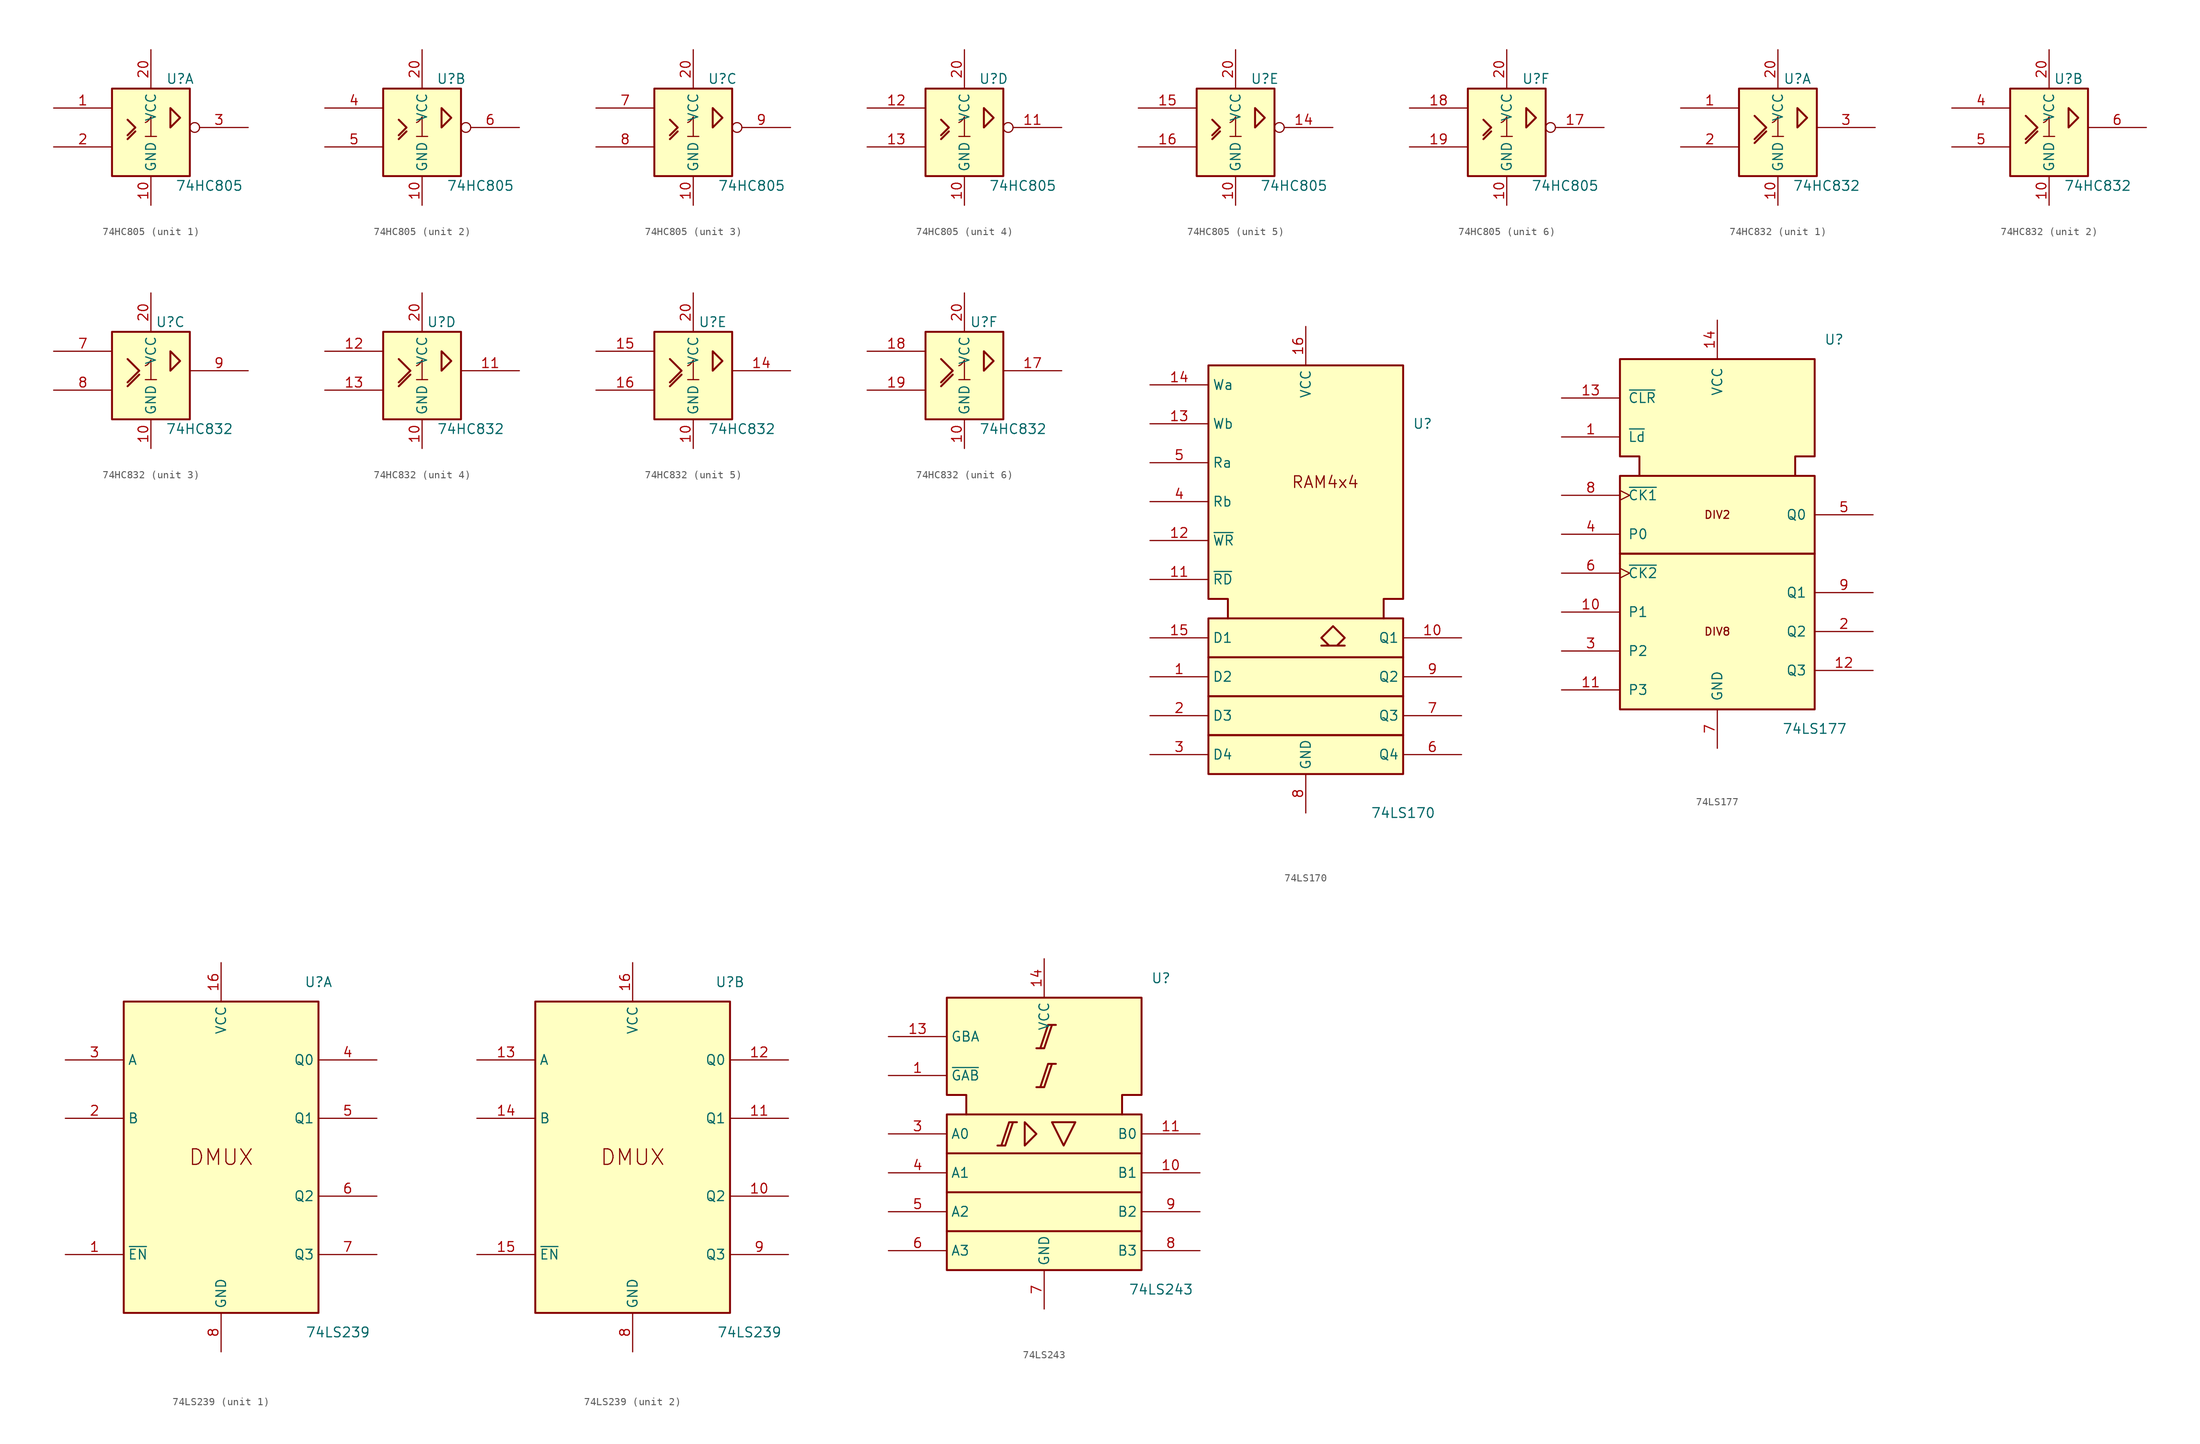
<source format=kicad_sym>
(kicad_symbol_lib
  (version 20241209)
  (generator "kicad_symbol_editor")
  (generator_version "9.0")
  (symbol "74HC805"
    (property "Reference" "U"
      (at 3.81 6.35 0)
      (effects (font (size 1.27 1.27))))
    (property "Value" "74HC805"
      (at 7.62 -7.62 0)
      (effects (font (size 1.27 1.27))))
    (symbol "74HC805_0_1"
      (rectangle (start -5.08 5.08) (end 5.08 -6.35) (stroke (width 0.254) (type default)) (fill (type background)))
      (polyline (pts (xy -3.048 1.016) (xy -2.032 0) (xy -3.048 -1.016) (xy -3.048 -1.016)) (stroke (width 0.254) (type default)) (fill (type background)))
      (polyline (pts (xy -3.048 -1.524) (xy -2.032 -0.508) (xy -2.032 -0.508)) (stroke (width 0.254) (type default)) (fill (type background)))
      (polyline (pts (xy 2.54 0) (xy 2.54 2.54) (xy 3.81 1.27) (xy 2.54 0) (xy 2.54 0)) (stroke (width 0.254) (type default)) (fill (type background)))
      (text "1" (at 0 0 0) (effects (font (size 2.54 2.54))))
      (pin power_in line (at 0 10.16 270) (length 5.08) (name "VCC" (effects (font (size 1.27 1.27)))) (number "20" (effects (font (size 1.27 1.27)))))
      (pin power_in line (at 0 -10.16 90) (length 3.81) (name "GND" (effects (font (size 1.27 1.27)))) (number "10" (effects (font (size 1.27 1.27))))))
    (symbol "74HC805_1_1"
      (pin input line (at -12.7 2.54 0) (length 7.62) (name "~" (effects (font (size 1.27 1.27)))) (number "1" (effects (font (size 1.27 1.27)))))
      (pin input line (at -12.7 -2.54 0) (length 7.62) (name "~" (effects (font (size 1.27 1.27)))) (number "2" (effects (font (size 1.27 1.27)))))
      (pin output inverted (at 12.7 0 180) (length 7.62) (name "~" (effects (font (size 1.27 1.27)))) (number "3" (effects (font (size 1.27 1.27))))))
    (symbol "74HC805_2_1"
      (pin input line (at -12.7 2.54 0) (length 7.62) (name "~" (effects (font (size 1.27 1.27)))) (number "4" (effects (font (size 1.27 1.27)))))
      (pin input line (at -12.7 -2.54 0) (length 7.62) (name "~" (effects (font (size 1.27 1.27)))) (number "5" (effects (font (size 1.27 1.27)))))
      (pin output inverted (at 12.7 0 180) (length 7.62) (name "~" (effects (font (size 1.27 1.27)))) (number "6" (effects (font (size 1.27 1.27))))))
    (symbol "74HC805_3_1"
      (pin input line (at -12.7 2.54 0) (length 7.62) (name "~" (effects (font (size 1.27 1.27)))) (number "7" (effects (font (size 1.27 1.27)))))
      (pin input line (at -12.7 -2.54 0) (length 7.62) (name "~" (effects (font (size 1.27 1.27)))) (number "8" (effects (font (size 1.27 1.27)))))
      (pin output inverted (at 12.7 0 180) (length 7.62) (name "~" (effects (font (size 1.27 1.27)))) (number "9" (effects (font (size 1.27 1.27))))))
    (symbol "74HC805_4_1"
      (pin input line (at -12.7 2.54 0) (length 7.62) (name "~" (effects (font (size 1.27 1.27)))) (number "12" (effects (font (size 1.27 1.27)))))
      (pin input line (at -12.7 -2.54 0) (length 7.62) (name "~" (effects (font (size 1.27 1.27)))) (number "13" (effects (font (size 1.27 1.27)))))
      (pin output inverted (at 12.7 0 180) (length 7.62) (name "~" (effects (font (size 1.27 1.27)))) (number "11" (effects (font (size 1.27 1.27))))))
    (symbol "74HC805_5_1"
      (pin input line (at -12.7 2.54 0) (length 7.62) (name "~" (effects (font (size 1.27 1.27)))) (number "15" (effects (font (size 1.27 1.27)))))
      (pin input line (at -12.7 -2.54 0) (length 7.62) (name "~" (effects (font (size 1.27 1.27)))) (number "16" (effects (font (size 1.27 1.27)))))
      (pin output inverted (at 12.7 0 180) (length 7.62) (name "~" (effects (font (size 1.27 1.27)))) (number "14" (effects (font (size 1.27 1.27))))))
    (symbol "74HC805_6_1"
      (pin input line (at -12.7 2.54 0) (length 7.62) (name "~" (effects (font (size 1.27 1.27)))) (number "18" (effects (font (size 1.27 1.27)))))
      (pin input line (at -12.7 -2.54 0) (length 7.62) (name "~" (effects (font (size 1.27 1.27)))) (number "19" (effects (font (size 1.27 1.27)))))
      (pin output inverted (at 12.7 0 180) (length 7.62) (name "~" (effects (font (size 1.27 1.27)))) (number "17" (effects (font (size 1.27 1.27)))))))
  (symbol "74HC832"
    (property "Reference" "U"
      (at 2.54 6.35 0)
      (effects (font (size 1.27 1.27))))
    (property "Value" "74HC832"
      (at 6.35 -7.62 0)
      (effects (font (size 1.27 1.27))))
    (symbol "74HC832_0_1"
      (rectangle (start -5.08 5.08) (end 5.08 -6.35) (stroke (width 0.254) (type default)) (fill (type background)))
      (polyline (pts (xy -3.048 1.524) (xy -1.524 0) (xy -3.048 -1.524) (xy -3.048 -1.524)) (stroke (width 0.254) (type default)) (fill (type background)))
      (polyline (pts (xy -3.048 -2.032) (xy -1.524 -0.508) (xy -1.524 -0.508)) (stroke (width 0.254) (type default)) (fill (type background)))
      (polyline (pts (xy 2.54 0) (xy 2.54 2.54) (xy 3.81 1.27) (xy 2.54 0) (xy 2.54 0)) (stroke (width 0.254) (type default)) (fill (type background)))
      (text "1" (at 0 0 0) (effects (font (size 2.54 2.54))))
      (pin power_in line (at 0 10.16 270) (length 5.08) (name "VCC" (effects (font (size 1.27 1.27)))) (number "20" (effects (font (size 1.27 1.27)))))
      (pin power_in line (at 0 -10.16 90) (length 3.81) (name "GND" (effects (font (size 1.27 1.27)))) (number "10" (effects (font (size 1.27 1.27))))))
    (symbol "74HC832_1_1"
      (pin input line (at -12.7 2.54 0) (length 7.62) (name "~" (effects (font (size 1.27 1.27)))) (number "1" (effects (font (size 1.27 1.27)))))
      (pin input line (at -12.7 -2.54 0) (length 7.62) (name "~" (effects (font (size 1.27 1.27)))) (number "2" (effects (font (size 1.27 1.27)))))
      (pin output line (at 12.7 0 180) (length 7.62) (name "~" (effects (font (size 1.27 1.27)))) (number "3" (effects (font (size 1.27 1.27))))))
    (symbol "74HC832_2_1"
      (pin input line (at -12.7 2.54 0) (length 7.62) (name "~" (effects (font (size 1.27 1.27)))) (number "4" (effects (font (size 1.27 1.27)))))
      (pin input line (at -12.7 -2.54 0) (length 7.62) (name "~" (effects (font (size 1.27 1.27)))) (number "5" (effects (font (size 1.27 1.27)))))
      (pin output line (at 12.7 0 180) (length 7.62) (name "~" (effects (font (size 1.27 1.27)))) (number "6" (effects (font (size 1.27 1.27))))))
    (symbol "74HC832_3_1"
      (pin input line (at -12.7 2.54 0) (length 7.62) (name "~" (effects (font (size 1.27 1.27)))) (number "7" (effects (font (size 1.27 1.27)))))
      (pin input line (at -12.7 -2.54 0) (length 7.62) (name "~" (effects (font (size 1.27 1.27)))) (number "8" (effects (font (size 1.27 1.27)))))
      (pin output line (at 12.7 0 180) (length 7.62) (name "~" (effects (font (size 1.27 1.27)))) (number "9" (effects (font (size 1.27 1.27))))))
    (symbol "74HC832_4_1"
      (pin input line (at -12.7 2.54 0) (length 7.62) (name "~" (effects (font (size 1.27 1.27)))) (number "12" (effects (font (size 1.27 1.27)))))
      (pin input line (at -12.7 -2.54 0) (length 7.62) (name "~" (effects (font (size 1.27 1.27)))) (number "13" (effects (font (size 1.27 1.27)))))
      (pin output line (at 12.7 0 180) (length 7.62) (name "~" (effects (font (size 1.27 1.27)))) (number "11" (effects (font (size 1.27 1.27))))))
    (symbol "74HC832_5_1"
      (pin input line (at -12.7 2.54 0) (length 7.62) (name "~" (effects (font (size 1.27 1.27)))) (number "15" (effects (font (size 1.27 1.27)))))
      (pin input line (at -12.7 -2.54 0) (length 7.62) (name "~" (effects (font (size 1.27 1.27)))) (number "16" (effects (font (size 1.27 1.27)))))
      (pin output line (at 12.7 0 180) (length 7.62) (name "~" (effects (font (size 1.27 1.27)))) (number "14" (effects (font (size 1.27 1.27))))))
    (symbol "74HC832_6_1"
      (pin input line (at -12.7 2.54 0) (length 7.62) (name "~" (effects (font (size 1.27 1.27)))) (number "18" (effects (font (size 1.27 1.27)))))
      (pin input line (at -12.7 -2.54 0) (length 7.62) (name "~" (effects (font (size 1.27 1.27)))) (number "19" (effects (font (size 1.27 1.27)))))
      (pin output line (at 12.7 0 180) (length 7.62) (name "~" (effects (font (size 1.27 1.27)))) (number "17" (effects (font (size 1.27 1.27)))))))
  (symbol "74LS170"
    (property "Reference" "U"
      (at 15.24 20.32 0)
      (effects (font (size 1.27 1.27))))
    (property "Value" "74LS170"
      (at 12.7 -30.48 0)
      (effects (font (size 1.27 1.27))))
    (symbol "74LS170_0_0"
      (rectangle (start -12.7 -5.08) (end 12.7 -10.16) (stroke (width 0.254) (type default)) (fill (type background)))
      (rectangle (start -12.7 -10.16) (end 12.7 -15.24) (stroke (width 0.254) (type default)) (fill (type background)))
      (rectangle (start -12.7 -15.24) (end 12.7 -20.32) (stroke (width 0.254) (type default)) (fill (type background)))
      (rectangle (start -12.7 -20.32) (end 12.7 -25.4) (stroke (width 0.254) (type default)) (fill (type background)))
      (polyline (pts (xy -10.16 -5.08) (xy -10.16 -2.54) (xy -12.7 -2.54) (xy -12.7 27.94) (xy 12.7 27.94) (xy 12.7 -2.54) (xy 10.16 -2.54) (xy 10.16 -5.08) (xy 10.16 -5.08)) (stroke (width 0.254) (type default)) (fill (type background)))
      (polyline (pts (xy 3.556 -6.096) (xy 5.08 -7.62) (xy 4.064 -8.636) (xy 5.08 -8.636) (xy 2.032 -8.636) (xy 3.048 -8.636) (xy 2.032 -7.62) (xy 3.556 -6.096) (xy 3.556 -6.096)) (stroke (width 0.254) (type default)) (fill (type background)))
      (text "RAM4x4" (at 2.54 12.7 0) (effects (font (size 1.524 1.524))))
      (pin power_in line (at 0 33.02 270) (length 5.08) (name "VCC" (effects (font (size 1.27 1.27)))) (number "16" (effects (font (size 1.27 1.27)))))
      (pin power_in line (at 0 -30.48 90) (length 5.08) (name "GND" (effects (font (size 1.27 1.27)))) (number "8" (effects (font (size 1.27 1.27))))))
    (symbol "74LS170_1_1"
      (pin input line (at -20.32 25.4 0) (length 7.62) (name "Wa" (effects (font (size 1.27 1.27)))) (number "14" (effects (font (size 1.27 1.27)))))
      (pin input line (at -20.32 20.32 0) (length 7.62) (name "Wb" (effects (font (size 1.27 1.27)))) (number "13" (effects (font (size 1.27 1.27)))))
      (pin input line (at -20.32 15.24 0) (length 7.62) (name "Ra" (effects (font (size 1.27 1.27)))) (number "5" (effects (font (size 1.27 1.27)))))
      (pin input line (at -20.32 10.16 0) (length 7.62) (name "Rb" (effects (font (size 1.27 1.27)))) (number "4" (effects (font (size 1.27 1.27)))))
      (pin input line (at -20.32 5.08 0) (length 7.62) (name "~{WR}" (effects (font (size 1.27 1.27)))) (number "12" (effects (font (size 1.27 1.27)))))
      (pin input line (at -20.32 0 0) (length 7.62) (name "~{RD}" (effects (font (size 1.27 1.27)))) (number "11" (effects (font (size 1.27 1.27)))))
      (pin input line (at -20.32 -7.62 0) (length 7.62) (name "D1" (effects (font (size 1.27 1.27)))) (number "15" (effects (font (size 1.27 1.27)))))
      (pin input line (at -20.32 -12.7 0) (length 7.62) (name "D2" (effects (font (size 1.27 1.27)))) (number "1" (effects (font (size 1.27 1.27)))))
      (pin input line (at -20.32 -17.78 0) (length 7.62) (name "D3" (effects (font (size 1.27 1.27)))) (number "2" (effects (font (size 1.27 1.27)))))
      (pin input line (at -20.32 -22.86 0) (length 7.62) (name "D4" (effects (font (size 1.27 1.27)))) (number "3" (effects (font (size 1.27 1.27)))))
      (pin tri_state line (at 20.32 -7.62 180) (length 7.62) (name "Q1" (effects (font (size 1.27 1.27)))) (number "10" (effects (font (size 1.27 1.27)))))
      (pin tri_state line (at 20.32 -12.7 180) (length 7.62) (name "Q2" (effects (font (size 1.27 1.27)))) (number "9" (effects (font (size 1.27 1.27)))))
      (pin tri_state line (at 20.32 -17.78 180) (length 7.62) (name "Q3" (effects (font (size 1.27 1.27)))) (number "7" (effects (font (size 1.27 1.27)))))
      (pin tri_state line (at 20.32 -22.86 180) (length 7.62) (name "Q4" (effects (font (size 1.27 1.27)))) (number "6" (effects (font (size 1.27 1.27)))))))
  (symbol "74LS177"
    (pin_names
      (offset 1.016))
    (property "Reference" "U"
      (at 15.24 17.78 0)
      (effects (font (size 1.27 1.27))))
    (property "Value" "74LS177"
      (at 12.7 -33.02 0)
      (effects (font (size 1.27 1.27))))
    (symbol "74LS177_0_0"
      (rectangle (start -12.7 0) (end 12.7 -10.16) (stroke (width 0.254) (type default)) (fill (type background)))
      (rectangle (start -12.7 -10.16) (end 12.7 -30.48) (stroke (width 0.254) (type default)) (fill (type background)))
      (polyline (pts (xy -10.16 0) (xy -10.16 2.54) (xy -12.7 2.54) (xy -12.7 15.24) (xy 12.7 15.24) (xy 12.7 2.54) (xy 10.16 2.54) (xy 10.16 0) (xy 10.16 0)) (stroke (width 0.254) (type default)) (fill (type background)))
      (text "DIV2" (at 0 -5.08 0) (effects (font (size 1.016 1.016))))
      (text "DIV8" (at 0 -20.32 0) (effects (font (size 1.016 1.016))))
      (pin power_in line (at 0 20.32 270) (length 5.08) (name "VCC" (effects (font (size 1.27 1.27)))) (number "14" (effects (font (size 1.27 1.27)))))
      (pin power_in line (at 0 -35.56 90) (length 5.08) (name "GND" (effects (font (size 1.27 1.27)))) (number "7" (effects (font (size 1.27 1.27))))))
    (symbol "74LS177_1_1"
      (pin input line (at -20.32 10.16 0) (length 7.62) (name "~{CLR}" (effects (font (size 1.27 1.27)))) (number "13" (effects (font (size 1.27 1.27)))))
      (pin input line (at -20.32 5.08 0) (length 7.62) (name "~{Ld}" (effects (font (size 1.27 1.27)))) (number "1" (effects (font (size 1.27 1.27)))))
      (pin input clock (at -20.32 -2.54 0) (length 7.62) (name "~{CK1}" (effects (font (size 1.27 1.27)))) (number "8" (effects (font (size 1.27 1.27)))))
      (pin input line (at -20.32 -7.62 0) (length 7.62) (name "P0" (effects (font (size 1.27 1.27)))) (number "4" (effects (font (size 1.27 1.27)))))
      (pin input clock (at -20.32 -12.7 0) (length 7.62) (name "~{CK2}" (effects (font (size 1.27 1.27)))) (number "6" (effects (font (size 1.27 1.27)))))
      (pin input line (at -20.32 -17.78 0) (length 7.62) (name "P1" (effects (font (size 1.27 1.27)))) (number "10" (effects (font (size 1.27 1.27)))))
      (pin input line (at -20.32 -22.86 0) (length 7.62) (name "P2" (effects (font (size 1.27 1.27)))) (number "3" (effects (font (size 1.27 1.27)))))
      (pin input line (at -20.32 -27.94 0) (length 7.62) (name "P3" (effects (font (size 1.27 1.27)))) (number "11" (effects (font (size 1.27 1.27)))))
      (pin output line (at 20.32 -5.08 180) (length 7.62) (name "Q0" (effects (font (size 1.27 1.27)))) (number "5" (effects (font (size 1.27 1.27)))))
      (pin output line (at 20.32 -15.24 180) (length 7.62) (name "Q1" (effects (font (size 1.27 1.27)))) (number "9" (effects (font (size 1.27 1.27)))))
      (pin output line (at 20.32 -20.32 180) (length 7.62) (name "Q2" (effects (font (size 1.27 1.27)))) (number "2" (effects (font (size 1.27 1.27)))))
      (pin output line (at 20.32 -25.4 180) (length 7.62) (name "Q3" (effects (font (size 1.27 1.27)))) (number "12" (effects (font (size 1.27 1.27)))))))
  (symbol "74LS239"
    (property "Reference" "U"
      (at 12.7 22.86 0)
      (effects (font (size 1.27 1.27))))
    (property "Value" "74LS239"
      (at 15.24 -22.86 0)
      (effects (font (size 1.27 1.27))))
    (symbol "74LS239_0_0"
      (rectangle (start -12.7 20.32) (end 12.7 -20.32) (stroke (width 0.254) (type default)) (fill (type background)))
      (text "DMUX" (at 0 0 0) (effects (font (size 2.032 2.032))))
      (pin power_in line (at 0 25.4 270) (length 5.08) (name "VCC" (effects (font (size 1.27 1.27)))) (number "16" (effects (font (size 1.27 1.27)))))
      (pin power_in line (at 0 -25.4 90) (length 5.08) (name "GND" (effects (font (size 1.27 1.27)))) (number "8" (effects (font (size 1.27 1.27))))))
    (symbol "74LS239_1_1"
      (pin input line (at -20.32 12.7 0) (length 7.62) (name "A" (effects (font (size 1.27 1.27)))) (number "3" (effects (font (size 1.27 1.27)))))
      (pin input line (at -20.32 5.08 0) (length 7.62) (name "B" (effects (font (size 1.27 1.27)))) (number "2" (effects (font (size 1.27 1.27)))))
      (pin input line (at -20.32 -12.7 0) (length 7.62) (name "~{EN}" (effects (font (size 1.27 1.27)))) (number "1" (effects (font (size 1.27 1.27)))))
      (pin output line (at 20.32 12.7 180) (length 7.62) (name "Q0" (effects (font (size 1.27 1.27)))) (number "4" (effects (font (size 1.27 1.27)))))
      (pin output line (at 20.32 5.08 180) (length 7.62) (name "Q1" (effects (font (size 1.27 1.27)))) (number "5" (effects (font (size 1.27 1.27)))))
      (pin output line (at 20.32 -5.08 180) (length 7.62) (name "Q2" (effects (font (size 1.27 1.27)))) (number "6" (effects (font (size 1.27 1.27)))))
      (pin output line (at 20.32 -12.7 180) (length 7.62) (name "Q3" (effects (font (size 1.27 1.27)))) (number "7" (effects (font (size 1.27 1.27))))))
    (symbol "74LS239_2_1"
      (pin input line (at -20.32 12.7 0) (length 7.62) (name "A" (effects (font (size 1.27 1.27)))) (number "13" (effects (font (size 1.27 1.27)))))
      (pin input line (at -20.32 5.08 0) (length 7.62) (name "B" (effects (font (size 1.27 1.27)))) (number "14" (effects (font (size 1.27 1.27)))))
      (pin input line (at -20.32 -12.7 0) (length 7.62) (name "~{EN}" (effects (font (size 1.27 1.27)))) (number "15" (effects (font (size 1.27 1.27)))))
      (pin output line (at 20.32 12.7 180) (length 7.62) (name "Q0" (effects (font (size 1.27 1.27)))) (number "12" (effects (font (size 1.27 1.27)))))
      (pin output line (at 20.32 5.08 180) (length 7.62) (name "Q1" (effects (font (size 1.27 1.27)))) (number "11" (effects (font (size 1.27 1.27)))))
      (pin output line (at 20.32 -5.08 180) (length 7.62) (name "Q2" (effects (font (size 1.27 1.27)))) (number "10" (effects (font (size 1.27 1.27)))))
      (pin output line (at 20.32 -12.7 180) (length 7.62) (name "Q3" (effects (font (size 1.27 1.27)))) (number "9" (effects (font (size 1.27 1.27)))))))
  (symbol "74LS243"
    (property "Reference" "U"
      (at 15.24 25.4 0)
      (effects (font (size 1.27 1.27))))
    (property "Value" "74LS243"
      (at 15.24 -15.24 0)
      (effects (font (size 1.27 1.27))))
    (symbol "74LS243_0_0"
      (pin power_in line (at 0 27.94 270) (length 5.08) (name "VCC" (effects (font (size 1.27 1.27)))) (number "14" (effects (font (size 1.27 1.27)))))
      (pin power_in line (at 0 -17.78 90) (length 5.08) (name "GND" (effects (font (size 1.27 1.27)))) (number "7" (effects (font (size 1.27 1.27))))))
    (symbol "74LS243_0_1"
      (rectangle (start -12.7 7.62) (end 12.7 -12.7) (stroke (width 0.254) (type default)) (fill (type background)))
      (polyline (pts (xy -12.7 2.54) (xy 12.7 2.54) (xy 12.7 2.54)) (stroke (width 0.254) (type default)) (fill (type background)))
      (polyline (pts (xy -12.7 -2.54) (xy 12.7 -2.54) (xy 12.7 -2.54)) (stroke (width 0.254) (type default)) (fill (type background)))
      (polyline (pts (xy -12.7 -7.62) (xy 12.7 -7.62) (xy 12.7 -7.62)) (stroke (width 0.254) (type default)) (fill (type background)))
      (polyline (pts (xy -10.16 7.62) (xy -10.16 10.16) (xy -12.7 10.16) (xy -12.7 22.86) (xy 12.7 22.86) (xy 12.7 10.16) (xy 10.16 10.16) (xy 10.16 7.62) (xy 10.16 7.62)) (stroke (width 0.254) (type default)) (fill (type background)))
      (polyline (pts (xy -6.096 3.556) (xy -5.08 3.556) (xy -4.064 6.604) (xy -3.556 6.604) (xy -4.572 6.604) (xy -5.588 3.556) (xy -5.588 3.556)) (stroke (width 0.254) (type default)) (fill (type background)))
      (polyline (pts (xy -2.54 6.604) (xy -2.54 3.556) (xy -1.016 5.08) (xy -2.54 6.604) (xy -2.54 6.604)) (stroke (width 0.254) (type default)) (fill (type background)))
      (polyline (pts (xy -1.016 16.256) (xy 0 16.256) (xy 1.016 19.304) (xy 1.524 19.304) (xy 0.508 19.304) (xy -0.508 16.256) (xy -0.508 16.256)) (stroke (width 0.254) (type default)) (fill (type background)))
      (polyline (pts (xy -1.016 11.176) (xy 0 11.176) (xy 1.016 14.224) (xy 1.524 14.224) (xy 0.508 14.224) (xy -0.508 11.176) (xy -0.508 11.176)) (stroke (width 0.254) (type default)) (fill (type background)))
      (polyline (pts (xy 1.016 6.604) (xy 4.064 6.604) (xy 2.54 3.556) (xy 1.016 6.604) (xy 1.016 6.604)) (stroke (width 0.254) (type default)) (fill (type background))))
    (symbol "74LS243_1_1"
      (pin input line (at -20.32 17.78 0) (length 7.62) (name "GBA" (effects (font (size 1.27 1.27)))) (number "13" (effects (font (size 1.27 1.27)))))
      (pin input line (at -20.32 12.7 0) (length 7.62) (name "~{GAB}" (effects (font (size 1.27 1.27)))) (number "1" (effects (font (size 1.27 1.27)))))
      (pin input line (at -20.32 5.08 0) (length 7.62) (name "A0" (effects (font (size 1.27 1.27)))) (number "3" (effects (font (size 1.27 1.27)))))
      (pin input line (at -20.32 0 0) (length 7.62) (name "A1" (effects (font (size 1.27 1.27)))) (number "4" (effects (font (size 1.27 1.27)))))
      (pin input line (at -20.32 -5.08 0) (length 7.62) (name "A2" (effects (font (size 1.27 1.27)))) (number "5" (effects (font (size 1.27 1.27)))))
      (pin input line (at -20.32 -10.16 0) (length 7.62) (name "A3" (effects (font (size 1.27 1.27)))) (number "6" (effects (font (size 1.27 1.27)))))
      (pin tri_state line (at 20.32 5.08 180) (length 7.62) (name "B0" (effects (font (size 1.27 1.27)))) (number "11" (effects (font (size 1.27 1.27)))))
      (pin tri_state line (at 20.32 0 180) (length 7.62) (name "B1" (effects (font (size 1.27 1.27)))) (number "10" (effects (font (size 1.27 1.27)))))
      (pin tri_state line (at 20.32 -5.08 180) (length 7.62) (name "B2" (effects (font (size 1.27 1.27)))) (number "9" (effects (font (size 1.27 1.27)))))
      (pin tri_state line (at 20.32 -10.16 180) (length 7.62) (name "B3" (effects (font (size 1.27 1.27)))) (number "8" (effects (font (size 1.27 1.27))))))))
</source>
